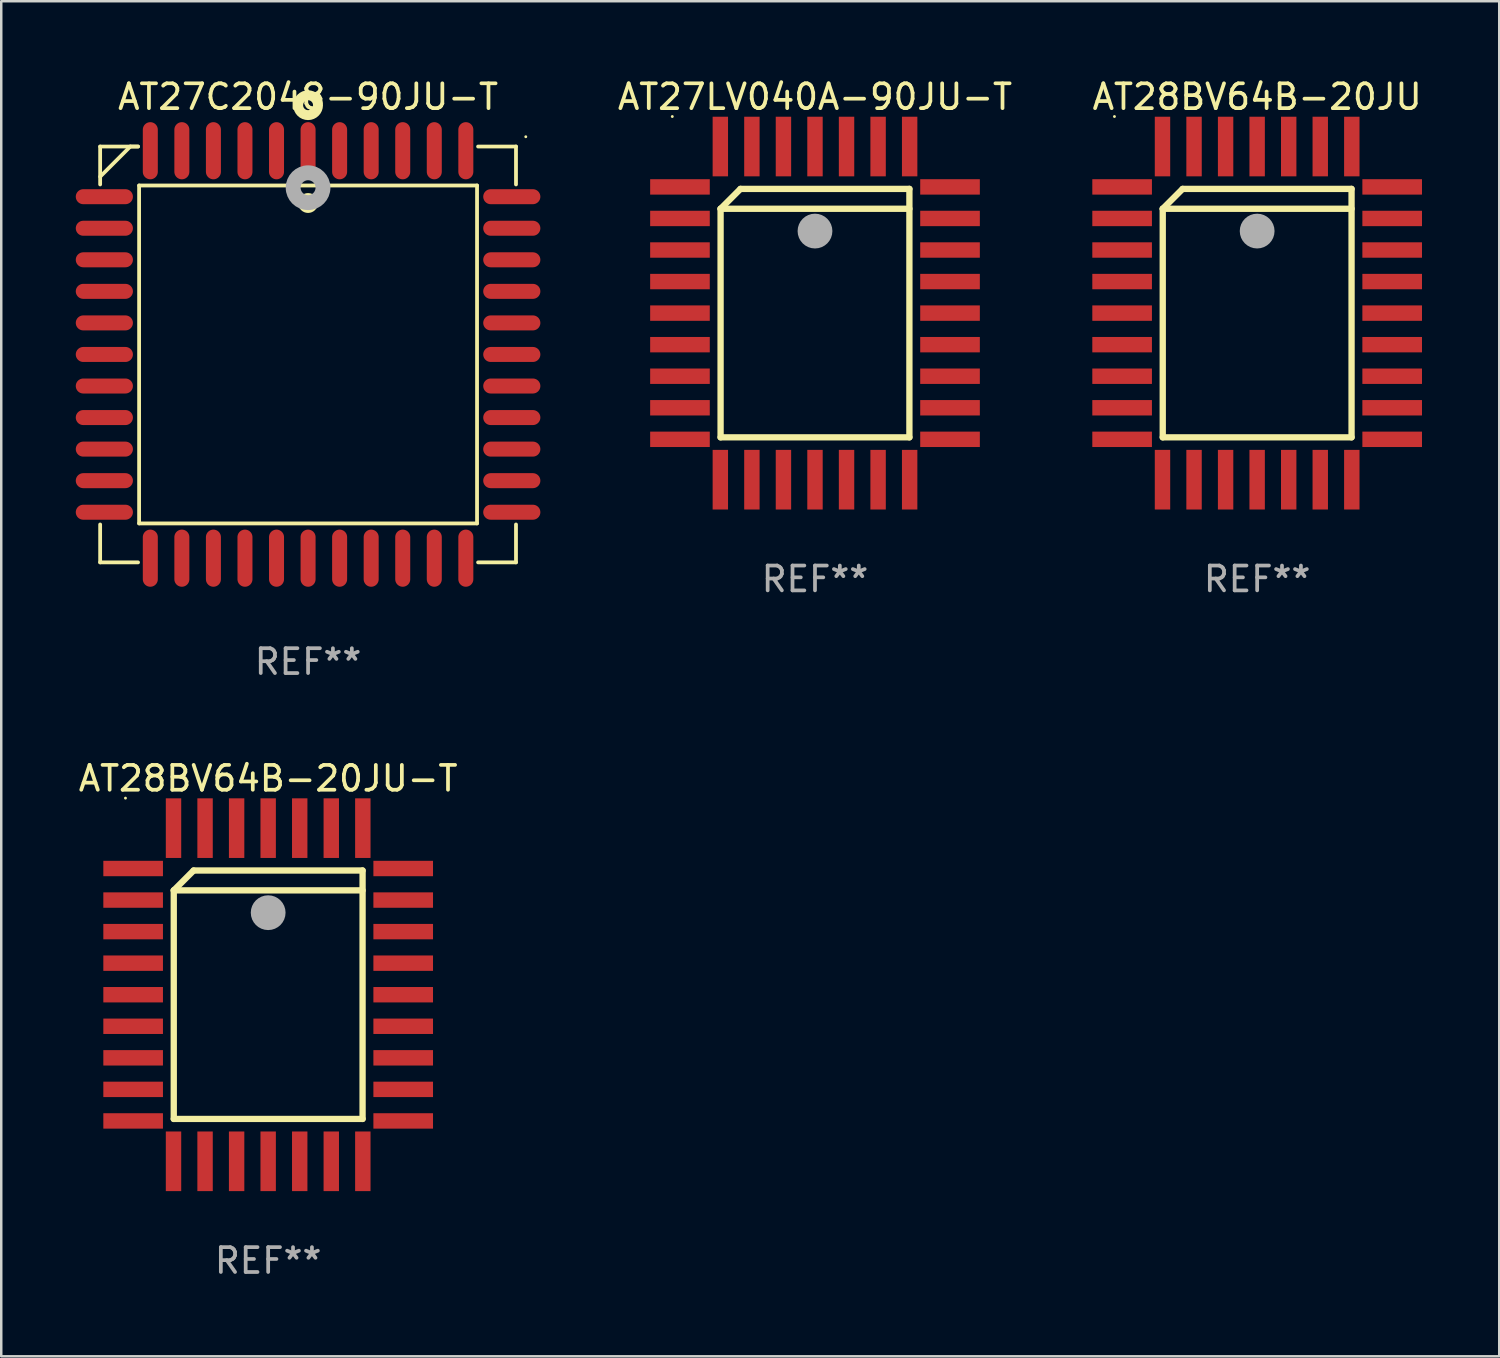
<source format=kicad_pcb>
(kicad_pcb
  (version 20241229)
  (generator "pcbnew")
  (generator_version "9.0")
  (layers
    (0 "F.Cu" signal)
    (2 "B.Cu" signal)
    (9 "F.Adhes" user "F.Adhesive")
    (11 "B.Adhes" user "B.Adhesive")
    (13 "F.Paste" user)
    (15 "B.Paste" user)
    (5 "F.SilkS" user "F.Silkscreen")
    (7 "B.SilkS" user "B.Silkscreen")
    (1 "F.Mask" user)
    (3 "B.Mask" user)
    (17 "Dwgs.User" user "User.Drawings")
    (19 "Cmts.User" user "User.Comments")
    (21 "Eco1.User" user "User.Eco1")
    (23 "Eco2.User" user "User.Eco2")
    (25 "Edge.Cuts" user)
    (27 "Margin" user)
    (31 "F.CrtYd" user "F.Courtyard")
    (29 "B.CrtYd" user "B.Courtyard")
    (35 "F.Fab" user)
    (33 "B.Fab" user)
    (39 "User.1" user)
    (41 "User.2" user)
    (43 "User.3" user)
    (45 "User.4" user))
  (footprint "AT27LV040A-90JU-T"
    (layer "F.Cu")
    (at 29.754 9.553)
    (property "Reference" "AT27LV040A-90JU-T" (at 0 -8.705 0) (layer "F.SilkS") (effects (font (size 1 1) (thickness 0.15))))
    (attr through_hole)
    (fp_line (start -3.8 -4.2) (end -3 -5) (stroke (width 0.254) (type solid)) (layer "F.SilkS"))
    (fp_line (start -3.8 -4.2) (end 3.8 -4.2) (stroke (width 0.254) (type solid)) (layer "F.SilkS"))
    (fp_line (start -3.8 5) (end -3.8 -4.2) (stroke (width 0.254) (type solid)) (layer "F.SilkS"))
    (fp_line (start -3 -5) (end 3.8 -5) (stroke (width 0.254) (type solid)) (layer "F.SilkS"))
    (fp_line (start 3.8 -5) (end 3.8 5) (stroke (width 0.254) (type solid)) (layer "F.SilkS"))
    (fp_line (start 3.8 5) (end -3.8 5) (stroke (width 0.254) (type solid)) (layer "F.SilkS"))
    (fp_arc (start 0.299721 -3.294387) (mid 0.29971 -3.296927) (end 0.299721 -3.299467) (stroke (width 0.6) (type solid)) (layer "F.SilkS"))
    (fp_circle (center -5.744 -7.913) (end -5.714 -7.913) (stroke (width 0.06) (type solid)) (fill no) (layer "F.SilkS"))
    (fp_circle (center 0 -3.302) (end 0.35 -3.302) (stroke (width 0.7) (type solid)) (fill no) (layer "F.Fab"))
    (fp_text user "REF**" (at 0 10.705 0) (layer "F.Fab") (effects (font (size 1 1) (thickness 0.15))))
    (pad "1" smd rect (at 0 -6.705 180) (size 0.62 2.4) (layers "F.Cu" "F.Mask" "F.Paste"))
    (pad "2" smd rect (at -1.27 -6.705 180) (size 0.62 2.4) (layers "F.Cu" "F.Mask" "F.Paste"))
    (pad "3" smd rect (at -2.54 -6.705 180) (size 0.62 2.4) (layers "F.Cu" "F.Mask" "F.Paste"))
    (pad "4" smd rect (at -3.81 -6.705 180) (size 0.62 2.4) (layers "F.Cu" "F.Mask" "F.Paste"))
    (pad "5" smd rect (at -5.435 -5.08 270) (size 0.62 2.4) (layers "F.Cu" "F.Mask" "F.Paste"))
    (pad "6" smd rect (at -5.435 -3.81 270) (size 0.62 2.4) (layers "F.Cu" "F.Mask" "F.Paste"))
    (pad "7" smd rect (at -5.435 -2.54 270) (size 0.62 2.4) (layers "F.Cu" "F.Mask" "F.Paste"))
    (pad "8" smd rect (at -5.435 -1.27 270) (size 0.62 2.4) (layers "F.Cu" "F.Mask" "F.Paste"))
    (pad "9" smd rect (at -5.435 0 270) (size 0.62 2.4) (layers "F.Cu" "F.Mask" "F.Paste"))
    (pad "10" smd rect (at -5.435 1.27 270) (size 0.62 2.4) (layers "F.Cu" "F.Mask" "F.Paste"))
    (pad "11" smd rect (at -5.435 2.54 270) (size 0.62 2.4) (layers "F.Cu" "F.Mask" "F.Paste"))
    (pad "12" smd rect (at -5.435 3.81 270) (size 0.62 2.4) (layers "F.Cu" "F.Mask" "F.Paste"))
    (pad "13" smd rect (at -5.435 5.08 270) (size 0.62 2.4) (layers "F.Cu" "F.Mask" "F.Paste"))
    (pad "14" smd rect (at -3.81 6.705) (size 0.62 2.4) (layers "F.Cu" "F.Mask" "F.Paste"))
    (pad "15" smd rect (at -2.54 6.705) (size 0.62 2.4) (layers "F.Cu" "F.Mask" "F.Paste"))
    (pad "16" smd rect (at -1.27 6.705) (size 0.62 2.4) (layers "F.Cu" "F.Mask" "F.Paste"))
    (pad "17" smd rect (at 0 6.705) (size 0.62 2.4) (layers "F.Cu" "F.Mask" "F.Paste"))
    (pad "18" smd rect (at 1.27 6.705) (size 0.62 2.4) (layers "F.Cu" "F.Mask" "F.Paste"))
    (pad "19" smd rect (at 2.54 6.705) (size 0.62 2.4) (layers "F.Cu" "F.Mask" "F.Paste"))
    (pad "20" smd rect (at 3.81 6.705) (size 0.62 2.4) (layers "F.Cu" "F.Mask" "F.Paste"))
    (pad "21" smd rect (at 5.435 5.08 90) (size 0.62 2.4) (layers "F.Cu" "F.Mask" "F.Paste"))
    (pad "22" smd rect (at 5.435 3.81 90) (size 0.62 2.4) (layers "F.Cu" "F.Mask" "F.Paste"))
    (pad "23" smd rect (at 5.435 2.54 90) (size 0.62 2.4) (layers "F.Cu" "F.Mask" "F.Paste"))
    (pad "24" smd rect (at 5.435 1.27 90) (size 0.62 2.4) (layers "F.Cu" "F.Mask" "F.Paste"))
    (pad "25" smd rect (at 5.435 0 90) (size 0.62 2.4) (layers "F.Cu" "F.Mask" "F.Paste"))
    (pad "26" smd rect (at 5.435 -1.27 90) (size 0.62 2.4) (layers "F.Cu" "F.Mask" "F.Paste"))
    (pad "27" smd rect (at 5.435 -2.54 90) (size 0.62 2.4) (layers "F.Cu" "F.Mask" "F.Paste"))
    (pad "28" smd rect (at 5.435 -3.81 90) (size 0.62 2.4) (layers "F.Cu" "F.Mask" "F.Paste"))
    (pad "29" smd rect (at 5.435 -5.08 90) (size 0.62 2.4) (layers "F.Cu" "F.Mask" "F.Paste"))
    (pad "30" smd rect (at 3.81 -6.705) (size 0.62 2.4) (layers "F.Cu" "F.Mask" "F.Paste"))
    (pad "31" smd rect (at 2.54 -6.705) (size 0.62 2.4) (layers "F.Cu" "F.Mask" "F.Paste"))
    (pad "32" smd rect (at 1.27 -6.705) (size 0.62 2.4) (layers "F.Cu" "F.Mask" "F.Paste")))
  (footprint "AT28BV64B-20JU"
    (layer "F.Cu")
    (at 47.551 9.553)
    (property "Reference" "AT28BV64B-20JU" (at 0 -8.705 0) (layer "F.SilkS") (effects (font (size 1 1) (thickness 0.15))))
    (attr through_hole)
    (fp_line (start -3.8 -4.2) (end -3 -5) (stroke (width 0.254) (type solid)) (layer "F.SilkS"))
    (fp_line (start -3.8 -4.2) (end 3.8 -4.2) (stroke (width 0.254) (type solid)) (layer "F.SilkS"))
    (fp_line (start -3.8 5) (end -3.8 -4.2) (stroke (width 0.254) (type solid)) (layer "F.SilkS"))
    (fp_line (start -3 -5) (end 3.8 -5) (stroke (width 0.254) (type solid)) (layer "F.SilkS"))
    (fp_line (start 3.8 -5) (end 3.8 5) (stroke (width 0.254) (type solid)) (layer "F.SilkS"))
    (fp_line (start 3.8 5) (end -3.8 5) (stroke (width 0.254) (type solid)) (layer "F.SilkS"))
    (fp_arc (start 0.299721 -3.294387) (mid 0.29971 -3.296927) (end 0.299721 -3.299467) (stroke (width 0.6) (type solid)) (layer "F.SilkS"))
    (fp_circle (center -5.744 -7.913) (end -5.714 -7.913) (stroke (width 0.06) (type solid)) (fill no) (layer "F.SilkS"))
    (fp_circle (center 0 -3.302) (end 0.35 -3.302) (stroke (width 0.7) (type solid)) (fill no) (layer "F.Fab"))
    (fp_text user "REF**" (at 0 10.705 0) (layer "F.Fab") (effects (font (size 1 1) (thickness 0.15))))
    (pad "1" smd rect (at 0 -6.705 180) (size 0.62 2.4) (layers "F.Cu" "F.Mask" "F.Paste"))
    (pad "2" smd rect (at -1.27 -6.705 180) (size 0.62 2.4) (layers "F.Cu" "F.Mask" "F.Paste"))
    (pad "3" smd rect (at -2.54 -6.705 180) (size 0.62 2.4) (layers "F.Cu" "F.Mask" "F.Paste"))
    (pad "4" smd rect (at -3.81 -6.705 180) (size 0.62 2.4) (layers "F.Cu" "F.Mask" "F.Paste"))
    (pad "5" smd rect (at -5.435 -5.08 270) (size 0.62 2.4) (layers "F.Cu" "F.Mask" "F.Paste"))
    (pad "6" smd rect (at -5.435 -3.81 270) (size 0.62 2.4) (layers "F.Cu" "F.Mask" "F.Paste"))
    (pad "7" smd rect (at -5.435 -2.54 270) (size 0.62 2.4) (layers "F.Cu" "F.Mask" "F.Paste"))
    (pad "8" smd rect (at -5.435 -1.27 270) (size 0.62 2.4) (layers "F.Cu" "F.Mask" "F.Paste"))
    (pad "9" smd rect (at -5.435 0 270) (size 0.62 2.4) (layers "F.Cu" "F.Mask" "F.Paste"))
    (pad "10" smd rect (at -5.435 1.27 270) (size 0.62 2.4) (layers "F.Cu" "F.Mask" "F.Paste"))
    (pad "11" smd rect (at -5.435 2.54 270) (size 0.62 2.4) (layers "F.Cu" "F.Mask" "F.Paste"))
    (pad "12" smd rect (at -5.435 3.81 270) (size 0.62 2.4) (layers "F.Cu" "F.Mask" "F.Paste"))
    (pad "13" smd rect (at -5.435 5.08 270) (size 0.62 2.4) (layers "F.Cu" "F.Mask" "F.Paste"))
    (pad "14" smd rect (at -3.81 6.705) (size 0.62 2.4) (layers "F.Cu" "F.Mask" "F.Paste"))
    (pad "15" smd rect (at -2.54 6.705) (size 0.62 2.4) (layers "F.Cu" "F.Mask" "F.Paste"))
    (pad "16" smd rect (at -1.27 6.705) (size 0.62 2.4) (layers "F.Cu" "F.Mask" "F.Paste"))
    (pad "17" smd rect (at 0 6.705) (size 0.62 2.4) (layers "F.Cu" "F.Mask" "F.Paste"))
    (pad "18" smd rect (at 1.27 6.705) (size 0.62 2.4) (layers "F.Cu" "F.Mask" "F.Paste"))
    (pad "19" smd rect (at 2.54 6.705) (size 0.62 2.4) (layers "F.Cu" "F.Mask" "F.Paste"))
    (pad "20" smd rect (at 3.81 6.705) (size 0.62 2.4) (layers "F.Cu" "F.Mask" "F.Paste"))
    (pad "21" smd rect (at 5.435 5.08 90) (size 0.62 2.4) (layers "F.Cu" "F.Mask" "F.Paste"))
    (pad "22" smd rect (at 5.435 3.81 90) (size 0.62 2.4) (layers "F.Cu" "F.Mask" "F.Paste"))
    (pad "23" smd rect (at 5.435 2.54 90) (size 0.62 2.4) (layers "F.Cu" "F.Mask" "F.Paste"))
    (pad "24" smd rect (at 5.435 1.27 90) (size 0.62 2.4) (layers "F.Cu" "F.Mask" "F.Paste"))
    (pad "25" smd rect (at 5.435 0 90) (size 0.62 2.4) (layers "F.Cu" "F.Mask" "F.Paste"))
    (pad "26" smd rect (at 5.435 -1.27 90) (size 0.62 2.4) (layers "F.Cu" "F.Mask" "F.Paste"))
    (pad "27" smd rect (at 5.435 -2.54 90) (size 0.62 2.4) (layers "F.Cu" "F.Mask" "F.Paste"))
    (pad "28" smd rect (at 5.435 -3.81 90) (size 0.62 2.4) (layers "F.Cu" "F.Mask" "F.Paste"))
    (pad "29" smd rect (at 5.435 -5.08 90) (size 0.62 2.4) (layers "F.Cu" "F.Mask" "F.Paste"))
    (pad "30" smd rect (at 3.81 -6.705) (size 0.62 2.4) (layers "F.Cu" "F.Mask" "F.Paste"))
    (pad "31" smd rect (at 2.54 -6.705) (size 0.62 2.4) (layers "F.Cu" "F.Mask" "F.Paste"))
    (pad "32" smd rect (at 1.27 -6.705) (size 0.62 2.4) (layers "F.Cu" "F.Mask" "F.Paste")))
  (footprint "AT27C2048-90JU-T"
    (layer "F.Cu")
    (at 9.35 11.217)
    (property "Reference" "AT27C2048-90JU-T" (at 0 -10.369 0) (layer "F.SilkS") (effects (font (size 1 1) (thickness 0.15))))
    (attr through_hole)
    (fp_line (start -8.369 -8.369) (end -8.369 -6.843) (stroke (width 0.152) (type solid)) (layer "F.SilkS"))
    (fp_line (start -8.369 8.369) (end -8.369 6.843) (stroke (width 0.152) (type solid)) (layer "F.SilkS"))
    (fp_line (start -7.156 -8.369) (end -8.369 -7.156) (stroke (width 0.152) (type solid)) (layer "F.SilkS"))
    (fp_line (start -6.843 -8.369) (end -8.369 -8.369) (stroke (width 0.152) (type solid)) (layer "F.SilkS"))
    (fp_line (start -6.843 -8.369) (end -7.156 -8.369) (stroke (width 0.152) (type solid)) (layer "F.SilkS"))
    (fp_line (start -6.843 8.369) (end -8.369 8.369) (stroke (width 0.152) (type solid)) (layer "F.SilkS"))
    (fp_line (start -6.801 -6.801) (end 6.801 -6.801) (stroke (width 0.152) (type solid)) (layer "F.SilkS"))
    (fp_line (start -6.801 6.801) (end -6.801 -6.801) (stroke (width 0.152) (type solid)) (layer "F.SilkS"))
    (fp_line (start 6.801 -6.801) (end 6.801 6.801) (stroke (width 0.152) (type solid)) (layer "F.SilkS"))
    (fp_line (start 6.801 6.801) (end -6.801 6.801) (stroke (width 0.152) (type solid)) (layer "F.SilkS"))
    (fp_line (start 6.843 -8.369) (end 8.369 -8.369) (stroke (width 0.152) (type solid)) (layer "F.SilkS"))
    (fp_line (start 6.843 8.369) (end 8.369 8.369) (stroke (width 0.152) (type solid)) (layer "F.SilkS"))
    (fp_line (start 8.369 -8.369) (end 8.369 -6.843) (stroke (width 0.152) (type solid)) (layer "F.SilkS"))
    (fp_line (start 8.369 8.369) (end 8.369 6.843) (stroke (width 0.152) (type solid)) (layer "F.SilkS"))
    (fp_circle (center -0.000013 -6.096) (end 0.2 -6.096) (stroke (width 0.4) (type solid)) (fill no) (layer "F.SilkS"))
    (fp_circle (center 0.000114 -10.033) (end 0.2 -10.033) (stroke (width 0.4) (type solid)) (fill no) (layer "F.SilkS"))
    (fp_circle (center 8.763 -8.763) (end 8.793 -8.763) (stroke (width 0.06) (type solid)) (fill no) (layer "F.SilkS"))
    (fp_circle (center 0.000114 -6.712) (end 0.3 -6.712) (stroke (width 0.6) (type solid)) (fill no) (layer "F.Fab"))
    (fp_text user "REF**" (at 0 12.369 0) (layer "F.Fab") (effects (font (size 1 1) (thickness 0.15))))
    (pad "1" smd oval (at 0.000114 -8.2) (size 0.604 2.3) (layers "F.Cu" "F.Mask" "F.Paste"))
    (pad "2" smd oval (at -1.27 -8.2) (size 0.604 2.3) (layers "F.Cu" "F.Mask" "F.Paste"))
    (pad "3" smd oval (at -2.54 -8.2) (size 0.604 2.3) (layers "F.Cu" "F.Mask" "F.Paste"))
    (pad "4" smd oval (at -3.81 -8.2) (size 0.604 2.3) (layers "F.Cu" "F.Mask" "F.Paste"))
    (pad "5" smd oval (at -5.08 -8.2) (size 0.604 2.3) (layers "F.Cu" "F.Mask" "F.Paste"))
    (pad "6" smd oval (at -6.35 -8.2) (size 0.604 2.3) (layers "F.Cu" "F.Mask" "F.Paste"))
    (pad "7" smd oval (at -8.2 -6.35) (size 2.3 0.604) (layers "F.Cu" "F.Mask" "F.Paste"))
    (pad "8" smd oval (at -8.2 -5.08) (size 2.3 0.604) (layers "F.Cu" "F.Mask" "F.Paste"))
    (pad "9" smd oval (at -8.2 -3.81) (size 2.3 0.604) (layers "F.Cu" "F.Mask" "F.Paste"))
    (pad "10" smd oval (at -8.2 -2.54) (size 2.3 0.604) (layers "F.Cu" "F.Mask" "F.Paste"))
    (pad "11" smd oval (at -8.2 -1.27) (size 2.3 0.604) (layers "F.Cu" "F.Mask" "F.Paste"))
    (pad "12" smd oval (at -8.2 0.000127) (size 2.3 0.604) (layers "F.Cu" "F.Mask" "F.Paste"))
    (pad "13" smd oval (at -8.2 1.27) (size 2.3 0.604) (layers "F.Cu" "F.Mask" "F.Paste"))
    (pad "14" smd oval (at -8.2 2.54) (size 2.3 0.604) (layers "F.Cu" "F.Mask" "F.Paste"))
    (pad "15" smd oval (at -8.2 3.81) (size 2.3 0.604) (layers "F.Cu" "F.Mask" "F.Paste"))
    (pad "16" smd oval (at -8.2 5.08) (size 2.3 0.604) (layers "F.Cu" "F.Mask" "F.Paste"))
    (pad "17" smd oval (at -8.2 6.35) (size 2.3 0.604) (layers "F.Cu" "F.Mask" "F.Paste"))
    (pad "18" smd oval (at -6.35 8.2) (size 0.604 2.3) (layers "F.Cu" "F.Mask" "F.Paste"))
    (pad "19" smd oval (at -5.08 8.2) (size 0.604 2.3) (layers "F.Cu" "F.Mask" "F.Paste"))
    (pad "20" smd oval (at -3.81 8.2) (size 0.604 2.3) (layers "F.Cu" "F.Mask" "F.Paste"))
    (pad "21" smd oval (at -2.54 8.2) (size 0.604 2.3) (layers "F.Cu" "F.Mask" "F.Paste"))
    (pad "22" smd oval (at -1.27 8.2) (size 0.604 2.3) (layers "F.Cu" "F.Mask" "F.Paste"))
    (pad "23" smd oval (at 0.000114 8.2) (size 0.604 2.3) (layers "F.Cu" "F.Mask" "F.Paste"))
    (pad "24" smd oval (at 1.27 8.2) (size 0.604 2.3) (layers "F.Cu" "F.Mask" "F.Paste"))
    (pad "25" smd oval (at 2.54 8.2) (size 0.604 2.3) (layers "F.Cu" "F.Mask" "F.Paste"))
    (pad "26" smd oval (at 3.81 8.2) (size 0.604 2.3) (layers "F.Cu" "F.Mask" "F.Paste"))
    (pad "27" smd oval (at 5.08 8.2) (size 0.604 2.3) (layers "F.Cu" "F.Mask" "F.Paste"))
    (pad "28" smd oval (at 6.35 8.2) (size 0.604 2.3) (layers "F.Cu" "F.Mask" "F.Paste"))
    (pad "29" smd oval (at 8.2 6.35) (size 2.3 0.604) (layers "F.Cu" "F.Mask" "F.Paste"))
    (pad "30" smd oval (at 8.2 5.08) (size 2.3 0.604) (layers "F.Cu" "F.Mask" "F.Paste"))
    (pad "31" smd oval (at 8.2 3.81) (size 2.3 0.604) (layers "F.Cu" "F.Mask" "F.Paste"))
    (pad "32" smd oval (at 8.2 2.54) (size 2.3 0.604) (layers "F.Cu" "F.Mask" "F.Paste"))
    (pad "33" smd oval (at 8.2 1.27) (size 2.3 0.604) (layers "F.Cu" "F.Mask" "F.Paste"))
    (pad "34" smd oval (at 8.2 0.000127) (size 2.3 0.604) (layers "F.Cu" "F.Mask" "F.Paste"))
    (pad "35" smd oval (at 8.2 -1.27) (size 2.3 0.604) (layers "F.Cu" "F.Mask" "F.Paste"))
    (pad "36" smd oval (at 8.2 -2.54) (size 2.3 0.604) (layers "F.Cu" "F.Mask" "F.Paste"))
    (pad "37" smd oval (at 8.2 -3.81) (size 2.3 0.604) (layers "F.Cu" "F.Mask" "F.Paste"))
    (pad "38" smd oval (at 8.2 -5.08) (size 2.3 0.604) (layers "F.Cu" "F.Mask" "F.Paste"))
    (pad "39" smd oval (at 8.2 -6.35) (size 2.3 0.604) (layers "F.Cu" "F.Mask" "F.Paste"))
    (pad "40" smd oval (at 6.35 -8.2) (size 0.604 2.3) (layers "F.Cu" "F.Mask" "F.Paste"))
    (pad "41" smd oval (at 5.08 -8.2) (size 0.604 2.3) (layers "F.Cu" "F.Mask" "F.Paste"))
    (pad "42" smd oval (at 3.81 -8.2) (size 0.604 2.3) (layers "F.Cu" "F.Mask" "F.Paste"))
    (pad "43" smd oval (at 2.54 -8.2) (size 0.604 2.3) (layers "F.Cu" "F.Mask" "F.Paste"))
    (pad "44" smd oval (at 1.27 -8.2) (size 0.604 2.3) (layers "F.Cu" "F.Mask" "F.Paste")))
  (footprint "AT28BV64B-20JU-T"
    (layer "F.Cu")
    (at 7.744 36.988)
    (property "Reference" "AT28BV64B-20JU-T" (at 0 -8.705 0) (layer "F.SilkS") (effects (font (size 1 1) (thickness 0.15))))
    (attr through_hole)
    (fp_line (start -3.8 -4.2) (end -3 -5) (stroke (width 0.254) (type solid)) (layer "F.SilkS"))
    (fp_line (start -3.8 -4.2) (end 3.8 -4.2) (stroke (width 0.254) (type solid)) (layer "F.SilkS"))
    (fp_line (start -3.8 5) (end -3.8 -4.2) (stroke (width 0.254) (type solid)) (layer "F.SilkS"))
    (fp_line (start -3 -5) (end 3.8 -5) (stroke (width 0.254) (type solid)) (layer "F.SilkS"))
    (fp_line (start 3.8 -5) (end 3.8 5) (stroke (width 0.254) (type solid)) (layer "F.SilkS"))
    (fp_line (start 3.8 5) (end -3.8 5) (stroke (width 0.254) (type solid)) (layer "F.SilkS"))
    (fp_arc (start 0.299721 -3.294387) (mid 0.29971 -3.296927) (end 0.299721 -3.299467) (stroke (width 0.6) (type solid)) (layer "F.SilkS"))
    (fp_circle (center -5.744 -7.913) (end -5.714 -7.913) (stroke (width 0.06) (type solid)) (fill no) (layer "F.SilkS"))
    (fp_circle (center 0 -3.302) (end 0.35 -3.302) (stroke (width 0.7) (type solid)) (fill no) (layer "F.Fab"))
    (fp_text user "REF**" (at 0 10.705 0) (layer "F.Fab") (effects (font (size 1 1) (thickness 0.15))))
    (pad "1" smd rect (at 0 -6.705 180) (size 0.62 2.4) (layers "F.Cu" "F.Mask" "F.Paste"))
    (pad "2" smd rect (at -1.27 -6.705 180) (size 0.62 2.4) (layers "F.Cu" "F.Mask" "F.Paste"))
    (pad "3" smd rect (at -2.54 -6.705 180) (size 0.62 2.4) (layers "F.Cu" "F.Mask" "F.Paste"))
    (pad "4" smd rect (at -3.81 -6.705 180) (size 0.62 2.4) (layers "F.Cu" "F.Mask" "F.Paste"))
    (pad "5" smd rect (at -5.435 -5.08 270) (size 0.62 2.4) (layers "F.Cu" "F.Mask" "F.Paste"))
    (pad "6" smd rect (at -5.435 -3.81 270) (size 0.62 2.4) (layers "F.Cu" "F.Mask" "F.Paste"))
    (pad "7" smd rect (at -5.435 -2.54 270) (size 0.62 2.4) (layers "F.Cu" "F.Mask" "F.Paste"))
    (pad "8" smd rect (at -5.435 -1.27 270) (size 0.62 2.4) (layers "F.Cu" "F.Mask" "F.Paste"))
    (pad "9" smd rect (at -5.435 0 270) (size 0.62 2.4) (layers "F.Cu" "F.Mask" "F.Paste"))
    (pad "10" smd rect (at -5.435 1.27 270) (size 0.62 2.4) (layers "F.Cu" "F.Mask" "F.Paste"))
    (pad "11" smd rect (at -5.435 2.54 270) (size 0.62 2.4) (layers "F.Cu" "F.Mask" "F.Paste"))
    (pad "12" smd rect (at -5.435 3.81 270) (size 0.62 2.4) (layers "F.Cu" "F.Mask" "F.Paste"))
    (pad "13" smd rect (at -5.435 5.08 270) (size 0.62 2.4) (layers "F.Cu" "F.Mask" "F.Paste"))
    (pad "14" smd rect (at -3.81 6.705) (size 0.62 2.4) (layers "F.Cu" "F.Mask" "F.Paste"))
    (pad "15" smd rect (at -2.54 6.705) (size 0.62 2.4) (layers "F.Cu" "F.Mask" "F.Paste"))
    (pad "16" smd rect (at -1.27 6.705) (size 0.62 2.4) (layers "F.Cu" "F.Mask" "F.Paste"))
    (pad "17" smd rect (at 0 6.705) (size 0.62 2.4) (layers "F.Cu" "F.Mask" "F.Paste"))
    (pad "18" smd rect (at 1.27 6.705) (size 0.62 2.4) (layers "F.Cu" "F.Mask" "F.Paste"))
    (pad "19" smd rect (at 2.54 6.705) (size 0.62 2.4) (layers "F.Cu" "F.Mask" "F.Paste"))
    (pad "20" smd rect (at 3.81 6.705) (size 0.62 2.4) (layers "F.Cu" "F.Mask" "F.Paste"))
    (pad "21" smd rect (at 5.435 5.08 90) (size 0.62 2.4) (layers "F.Cu" "F.Mask" "F.Paste"))
    (pad "22" smd rect (at 5.435 3.81 90) (size 0.62 2.4) (layers "F.Cu" "F.Mask" "F.Paste"))
    (pad "23" smd rect (at 5.435 2.54 90) (size 0.62 2.4) (layers "F.Cu" "F.Mask" "F.Paste"))
    (pad "24" smd rect (at 5.435 1.27 90) (size 0.62 2.4) (layers "F.Cu" "F.Mask" "F.Paste"))
    (pad "25" smd rect (at 5.435 0 90) (size 0.62 2.4) (layers "F.Cu" "F.Mask" "F.Paste"))
    (pad "26" smd rect (at 5.435 -1.27 90) (size 0.62 2.4) (layers "F.Cu" "F.Mask" "F.Paste"))
    (pad "27" smd rect (at 5.435 -2.54 90) (size 0.62 2.4) (layers "F.Cu" "F.Mask" "F.Paste"))
    (pad "28" smd rect (at 5.435 -3.81 90) (size 0.62 2.4) (layers "F.Cu" "F.Mask" "F.Paste"))
    (pad "29" smd rect (at 5.435 -5.08 90) (size 0.62 2.4) (layers "F.Cu" "F.Mask" "F.Paste"))
    (pad "30" smd rect (at 3.81 -6.705) (size 0.62 2.4) (layers "F.Cu" "F.Mask" "F.Paste"))
    (pad "31" smd rect (at 2.54 -6.705) (size 0.62 2.4) (layers "F.Cu" "F.Mask" "F.Paste"))
    (pad "32" smd rect (at 1.27 -6.705) (size 0.62 2.4) (layers "F.Cu" "F.Mask" "F.Paste")))
  (gr_rect
    (start -3 -3)
    (end 57.295 51.542)
    (stroke (width 0.1) (type default))
    (fill no)
    (layer "Edge.Cuts")))
</source>
